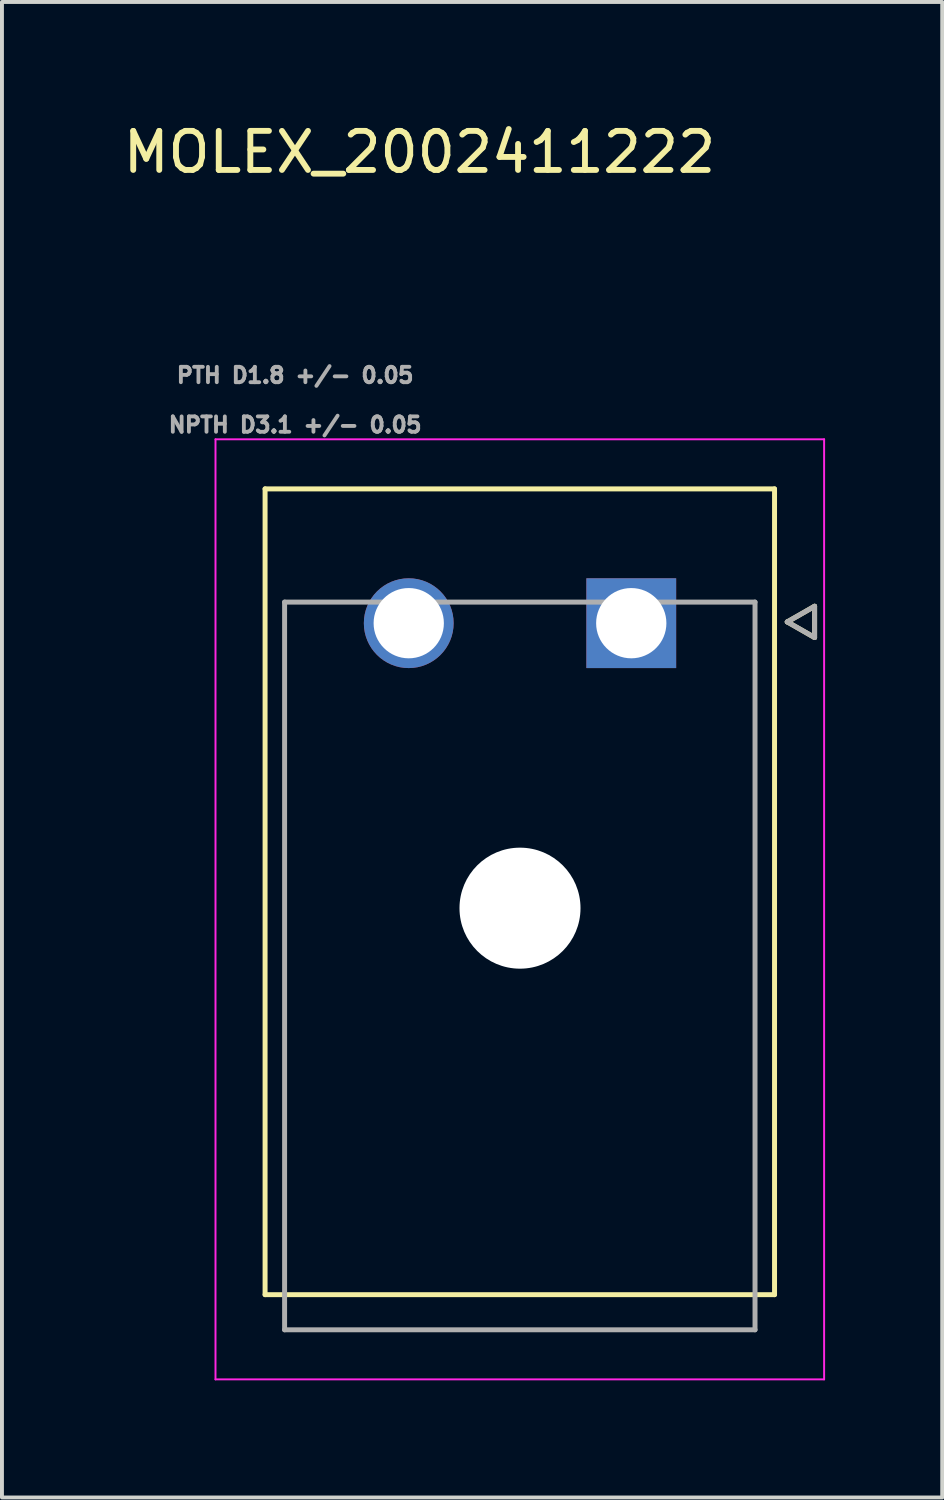
<source format=kicad_pcb>
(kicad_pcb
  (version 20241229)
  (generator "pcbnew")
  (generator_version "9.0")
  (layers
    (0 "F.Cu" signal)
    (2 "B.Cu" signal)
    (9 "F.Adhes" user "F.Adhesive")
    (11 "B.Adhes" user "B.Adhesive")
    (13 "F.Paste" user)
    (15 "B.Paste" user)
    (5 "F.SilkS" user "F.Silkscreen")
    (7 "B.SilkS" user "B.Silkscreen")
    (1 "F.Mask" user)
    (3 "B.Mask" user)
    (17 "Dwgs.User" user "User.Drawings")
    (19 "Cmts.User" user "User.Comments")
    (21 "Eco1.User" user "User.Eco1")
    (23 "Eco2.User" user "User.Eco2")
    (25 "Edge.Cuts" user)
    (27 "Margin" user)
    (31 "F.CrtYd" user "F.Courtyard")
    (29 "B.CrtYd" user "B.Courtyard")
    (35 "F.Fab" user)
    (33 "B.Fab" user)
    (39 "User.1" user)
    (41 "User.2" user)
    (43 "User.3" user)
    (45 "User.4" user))
  (footprint "MOLEX_2002411222"
    (layer "F.Cu")
    (at 13.12 12.913)
    (property "Reference" "MOLEX_2002411222" (at -5.424 -12.065 0) (layer "F.SilkS") (effects (font (size 1 1) (thickness 0.15))))
    (attr through_hole)
    (fp_circle (center -5.7 0) (end -5.087 0) (stroke (width 1.226) (type solid)) (fill no) (layer "F.Mask"))
    (fp_circle (center -2.85 7.3) (end -2.037 7.3) (stroke (width 1.626) (type solid)) (fill no) (layer "F.Mask"))
    (fp_poly (pts (xy -1.226 -1.226) (xy 1.226 -1.226) (xy 1.226 1.226) (xy -1.226 1.226)) (stroke (width 0.01) (type solid)) (fill yes) (layer "F.Mask"))
    (fp_circle (center -5.7 0) (end -5.087 0) (stroke (width 1.226) (type solid)) (fill no) (layer "B.Mask"))
    (fp_circle (center -2.85 7.3) (end -2.037 7.3) (stroke (width 1.626) (type solid)) (fill no) (layer "B.Mask"))
    (fp_poly (pts (xy -1.226 -1.226) (xy 1.226 -1.226) (xy 1.226 1.226) (xy -1.226 1.226)) (stroke (width 0.01) (type solid)) (fill yes) (layer "B.Mask"))
    (fp_line (start -9.38 -3.44) (end 3.67 -3.44) (stroke (width 0.127) (type solid)) (layer "F.SilkS"))
    (fp_line (start -9.38 17.2) (end -9.38 -3.44) (stroke (width 0.127) (type solid)) (layer "F.SilkS"))
    (fp_line (start 3.67 -3.44) (end 3.67 17.2) (stroke (width 0.127) (type solid)) (layer "F.SilkS"))
    (fp_line (start 3.67 17.2) (end -9.38 17.2) (stroke (width 0.127) (type solid)) (layer "F.SilkS"))
    (fp_line (start 3.996 -0.033) (end 4.696 -0.433) (stroke (width 0.127) (type solid)) (layer "F.SilkS"))
    (fp_line (start 4.696 -0.433) (end 4.696 0.367) (stroke (width 0.127) (type solid)) (layer "F.SilkS"))
    (fp_line (start 4.696 0.367) (end 3.996 -0.033) (stroke (width 0.127) (type solid)) (layer "F.SilkS"))
    (fp_line (start -10.65 -4.71) (end 4.94 -4.71) (stroke (width 0.05) (type solid)) (layer "F.CrtYd"))
    (fp_line (start -10.65 19.37) (end -10.65 -4.71) (stroke (width 0.05) (type solid)) (layer "F.CrtYd"))
    (fp_line (start 4.94 -4.71) (end 4.94 19.37) (stroke (width 0.05) (type solid)) (layer "F.CrtYd"))
    (fp_line (start 4.94 19.37) (end -10.65 19.37) (stroke (width 0.05) (type solid)) (layer "F.CrtYd"))
    (fp_line (start -8.88 -0.54) (end 3.17 -0.54) (stroke (width 0.127) (type solid)) (layer "F.Fab"))
    (fp_line (start -8.88 18.1) (end -8.88 -0.54) (stroke (width 0.127) (type solid)) (layer "F.Fab"))
    (fp_line (start -8.88 18.1) (end 3.17 18.1) (stroke (width 0.127) (type solid)) (layer "F.Fab"))
    (fp_line (start 3.17 -0.54) (end 3.17 18.1) (stroke (width 0.127) (type solid)) (layer "F.Fab"))
    (fp_line (start 3.996 -0.033) (end 4.696 -0.433) (stroke (width 0.127) (type solid)) (layer "F.Fab"))
    (fp_line (start 4.696 -0.433) (end 4.696 0.367) (stroke (width 0.127) (type solid)) (layer "F.Fab"))
    (fp_line (start 4.696 0.367) (end 3.996 -0.033) (stroke (width 0.127) (type solid)) (layer "F.Fab"))
    (fp_text user "NPTH D3.1 +/- 0.05" (at -8.61 -5.08 0) (layer "F.Fab") (effects (font (size 0.394 0.394) (thickness 0.15))))
    (fp_text user "PTH D1.8 +/- 0.05" (at -8.61 -6.35 0) (layer "F.Fab") (effects (font (size 0.394 0.394) (thickness 0.15))))
    (pad "" np_thru_hole circle (at -2.85 7.3) (size 3.1 3.1) (drill 3.1) (layers "*.Cu" "*.Mask"))
    (pad "1" thru_hole rect (at 0 0) (size 2.3 2.3) (drill 1.8) (layers "*.Cu"))
    (pad "2" thru_hole circle (at -5.7 0) (size 2.3 2.3) (drill 1.8) (layers "*.Cu")))
  (gr_rect
    (start -3 -3)
    (end 21.085 35.308)
    (stroke (width 0.1) (type default))
    (fill no)
    (layer "Edge.Cuts")))
</source>
